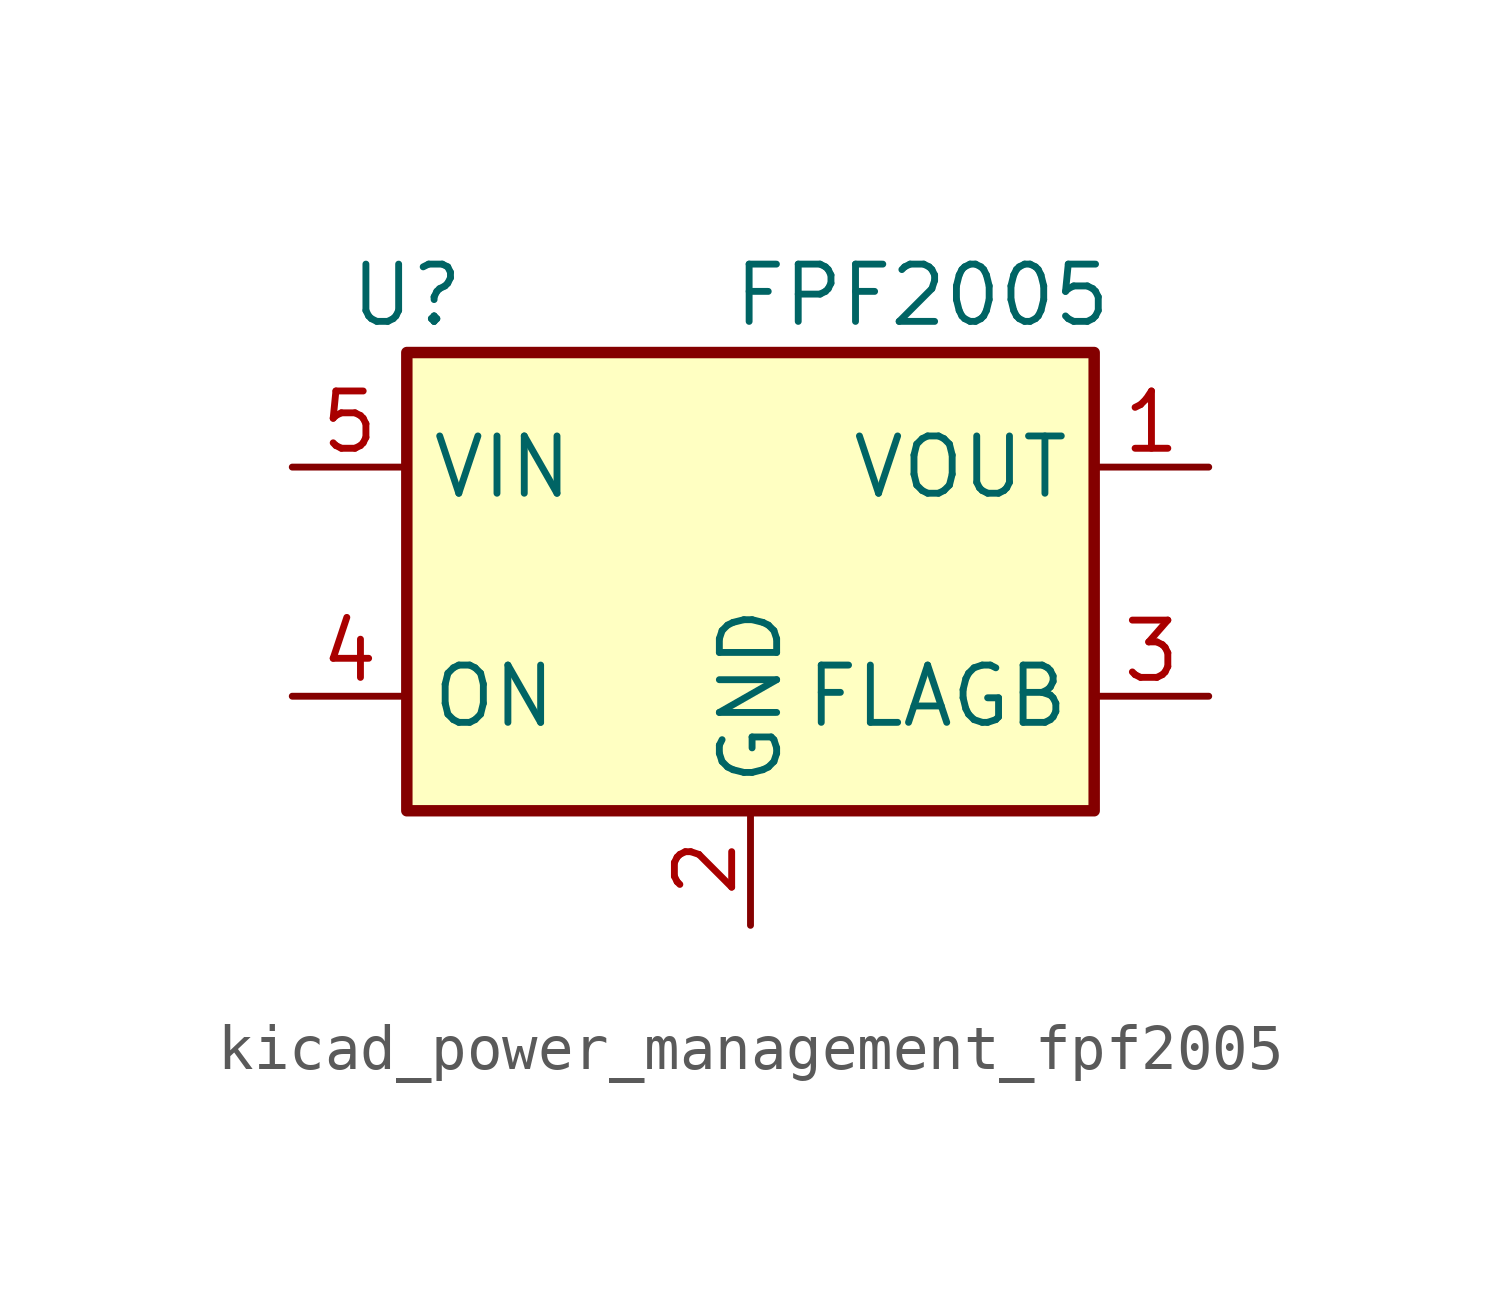
<source format=kicad_sym>
(kicad_symbol_lib
  (version 20220914)
  (generator kicad_symbol_editor)
  (symbol "kicad_power_management_fpf2005"
    (property "Reference" "U"
      (at -7.62 6.35 0)
      (effects (font (size 1.27 1.27))))
    (property "Value" "FPF2005"
      (at 3.81 6.35 0)
      (effects (font (size 1.27 1.27))))
    (symbol "kicad_power_management_fpf2005_0_1"
      (rectangle (start -7.62 5.08) (end 7.62 -5.08) (stroke (width 0.254) (type default)) (fill (type background))))
    (symbol "kicad_power_management_fpf2005_1_1"
      (pin power_out line (at 10.16 2.54 180) (length 2.54) (name "VOUT" (effects (font (size 1.27 1.27)))) (number "1" (effects (font (size 1.27 1.27)))))
      (pin power_in line (at 0 -7.62 90) (length 2.54) (name "GND" (effects (font (size 1.27 1.27)))) (number "2" (effects (font (size 1.27 1.27)))))
      (pin open_collector line (at 10.16 -2.54 180) (length 2.54) (name "FLAGB" (effects (font (size 1.27 1.27)))) (number "3" (effects (font (size 1.27 1.27)))))
      (pin input line (at -10.16 -2.54 0) (length 2.54) (name "ON" (effects (font (size 1.27 1.27)))) (number "4" (effects (font (size 1.27 1.27)))))
      (pin power_in line (at -10.16 2.54 0) (length 2.54) (name "VIN" (effects (font (size 1.27 1.27)))) (number "5" (effects (font (size 1.27 1.27))))))))
</source>
